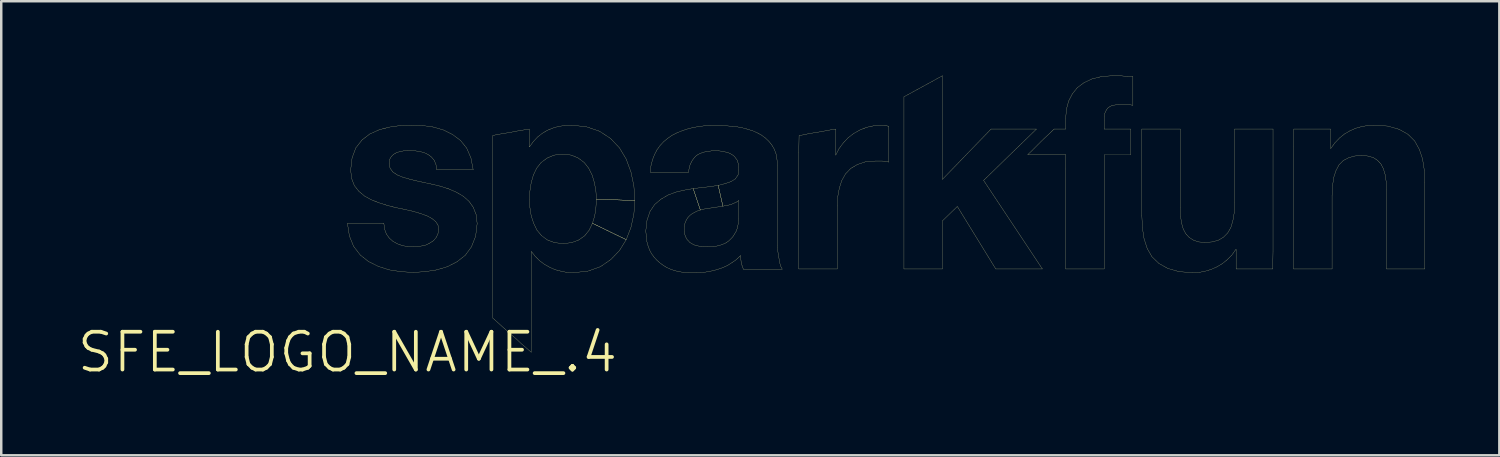
<source format=kicad_pcb>
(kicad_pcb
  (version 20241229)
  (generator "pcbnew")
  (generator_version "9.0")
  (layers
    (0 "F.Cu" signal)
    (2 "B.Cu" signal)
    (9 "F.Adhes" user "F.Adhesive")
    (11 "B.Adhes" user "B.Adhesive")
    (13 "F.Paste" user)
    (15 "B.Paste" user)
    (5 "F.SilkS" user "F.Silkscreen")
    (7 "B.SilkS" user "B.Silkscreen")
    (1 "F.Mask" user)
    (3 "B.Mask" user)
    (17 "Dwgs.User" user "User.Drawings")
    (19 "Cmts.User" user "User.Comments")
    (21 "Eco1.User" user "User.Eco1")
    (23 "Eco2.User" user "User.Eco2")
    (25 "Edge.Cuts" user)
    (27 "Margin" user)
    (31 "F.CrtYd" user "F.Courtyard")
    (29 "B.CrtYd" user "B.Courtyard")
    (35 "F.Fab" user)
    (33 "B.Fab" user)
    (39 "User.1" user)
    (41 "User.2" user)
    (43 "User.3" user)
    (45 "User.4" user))
  (footprint "SFE_LOGO_NAME_.4"
    (layer "F.Cu")
    (at 10.958 11.152)
    (property "Reference" "SFE_LOGO_NAME_.4" (at 0 0 0) (layer "F.SilkS") (effects (font (size 1.524 1.524) (thickness 0.15))))
    (attr exclude_from_pos_files exclude_from_bom)
    (fp_line (start 0 -5.199) (end 1.288 -5.199) (stroke (width 0.008) (type solid)) (layer "F.SilkS"))
    (fp_line (start 0.079 -4.689) (end 0 -5.199) (stroke (width 0.008) (type solid)) (layer "F.SilkS"))
    (fp_line (start 0.13 -7.348) (end 0.188 -7.838) (stroke (width 0.008) (type solid)) (layer "F.SilkS"))
    (fp_line (start 0.168 -7.008) (end 0.13 -7.348) (stroke (width 0.008) (type solid)) (layer "F.SilkS"))
    (fp_line (start 0.188 -7.838) (end 0.338 -8.24) (stroke (width 0.008) (type solid)) (layer "F.SilkS"))
    (fp_line (start 0.249 -4.27) (end 0.079 -4.689) (stroke (width 0.008) (type solid)) (layer "F.SilkS"))
    (fp_line (start 0.279 -6.718) (end 0.168 -7.008) (stroke (width 0.008) (type solid)) (layer "F.SilkS"))
    (fp_line (start 0.338 -8.24) (end 0.589 -8.56) (stroke (width 0.008) (type solid)) (layer "F.SilkS"))
    (fp_line (start 0.46 -6.49) (end 0.279 -6.718) (stroke (width 0.008) (type solid)) (layer "F.SilkS"))
    (fp_line (start 0.518 -3.919) (end 0.249 -4.27) (stroke (width 0.008) (type solid)) (layer "F.SilkS"))
    (fp_line (start 0.589 -8.56) (end 0.899 -8.799) (stroke (width 0.008) (type solid)) (layer "F.SilkS"))
    (fp_line (start 0.688 -6.299) (end 0.46 -6.49) (stroke (width 0.008) (type solid)) (layer "F.SilkS"))
    (fp_line (start 0.848 -3.658) (end 0.518 -3.919) (stroke (width 0.008) (type solid)) (layer "F.SilkS"))
    (fp_line (start 0.899 -8.799) (end 1.278 -8.969) (stroke (width 0.008) (type solid)) (layer "F.SilkS"))
    (fp_line (start 0.958 -6.149) (end 0.688 -6.299) (stroke (width 0.008) (type solid)) (layer "F.SilkS"))
    (fp_line (start 1.25 -3.459) (end 0.848 -3.658) (stroke (width 0.008) (type solid)) (layer "F.SilkS"))
    (fp_line (start 1.26 -6.03) (end 0.958 -6.149) (stroke (width 0.008) (type solid)) (layer "F.SilkS"))
    (fp_line (start 1.278 -8.969) (end 1.689 -9.078) (stroke (width 0.008) (type solid)) (layer "F.SilkS"))
    (fp_line (start 1.288 -5.199) (end 1.468 -5.199) (stroke (width 0.008) (type solid)) (layer "F.SilkS"))
    (fp_line (start 1.468 -5.199) (end 1.499 -4.958) (stroke (width 0.008) (type solid)) (layer "F.SilkS"))
    (fp_line (start 1.499 -4.958) (end 1.57 -4.768) (stroke (width 0.008) (type solid)) (layer "F.SilkS"))
    (fp_line (start 1.57 -4.768) (end 1.689 -4.6) (stroke (width 0.008) (type solid)) (layer "F.SilkS"))
    (fp_line (start 1.58 -5.928) (end 1.26 -6.03) (stroke (width 0.008) (type solid)) (layer "F.SilkS"))
    (fp_line (start 1.679 -7.61) (end 1.72 -7.419) (stroke (width 0.008) (type solid)) (layer "F.SilkS"))
    (fp_line (start 1.689 -9.078) (end 2.129 -9.139) (stroke (width 0.008) (type solid)) (layer "F.SilkS"))
    (fp_line (start 1.689 -4.6) (end 1.839 -4.468) (stroke (width 0.008) (type solid)) (layer "F.SilkS"))
    (fp_line (start 1.689 -3.32) (end 1.25 -3.459) (stroke (width 0.008) (type solid)) (layer "F.SilkS"))
    (fp_line (start 1.699 -7.77) (end 1.679 -7.61) (stroke (width 0.008) (type solid)) (layer "F.SilkS"))
    (fp_line (start 1.72 -7.419) (end 1.829 -7.269) (stroke (width 0.008) (type solid)) (layer "F.SilkS"))
    (fp_line (start 1.768 -7.889) (end 1.699 -7.77) (stroke (width 0.008) (type solid)) (layer "F.SilkS"))
    (fp_line (start 1.829 -7.269) (end 2.009 -7.148) (stroke (width 0.008) (type solid)) (layer "F.SilkS"))
    (fp_line (start 1.839 -4.468) (end 2.019 -4.369) (stroke (width 0.008) (type solid)) (layer "F.SilkS"))
    (fp_line (start 1.859 -7.978) (end 1.768 -7.889) (stroke (width 0.008) (type solid)) (layer "F.SilkS"))
    (fp_line (start 1.918 -5.839) (end 1.58 -5.928) (stroke (width 0.008) (type solid)) (layer "F.SilkS"))
    (fp_line (start 1.979 -8.049) (end 1.859 -7.978) (stroke (width 0.008) (type solid)) (layer "F.SilkS"))
    (fp_line (start 2.009 -7.148) (end 2.228 -7.059) (stroke (width 0.008) (type solid)) (layer "F.SilkS"))
    (fp_line (start 2.019 -4.369) (end 2.22 -4.298) (stroke (width 0.008) (type solid)) (layer "F.SilkS"))
    (fp_line (start 2.118 -8.09) (end 1.979 -8.049) (stroke (width 0.008) (type solid)) (layer "F.SilkS"))
    (fp_line (start 2.129 -9.139) (end 2.588 -9.159) (stroke (width 0.008) (type solid)) (layer "F.SilkS"))
    (fp_line (start 2.159 -3.249) (end 1.689 -3.32) (stroke (width 0.008) (type solid)) (layer "F.SilkS"))
    (fp_line (start 2.22 -4.298) (end 2.438 -4.26) (stroke (width 0.008) (type solid)) (layer "F.SilkS"))
    (fp_line (start 2.228 -7.059) (end 2.499 -6.98) (stroke (width 0.008) (type solid)) (layer "F.SilkS"))
    (fp_line (start 2.258 -8.118) (end 2.118 -8.09) (stroke (width 0.008) (type solid)) (layer "F.SilkS"))
    (fp_line (start 2.309 -5.758) (end 1.918 -5.839) (stroke (width 0.008) (type solid)) (layer "F.SilkS"))
    (fp_line (start 2.408 -8.128) (end 2.258 -8.118) (stroke (width 0.008) (type solid)) (layer "F.SilkS"))
    (fp_line (start 2.438 -4.26) (end 2.659 -4.249) (stroke (width 0.008) (type solid)) (layer "F.SilkS"))
    (fp_line (start 2.499 -6.98) (end 2.789 -6.909) (stroke (width 0.008) (type solid)) (layer "F.SilkS"))
    (fp_line (start 2.54 -8.128) (end 2.408 -8.128) (stroke (width 0.008) (type solid)) (layer "F.SilkS"))
    (fp_line (start 2.588 -9.159) (end 3.038 -9.139) (stroke (width 0.008) (type solid)) (layer "F.SilkS"))
    (fp_line (start 2.649 -3.218) (end 2.159 -3.249) (stroke (width 0.008) (type solid)) (layer "F.SilkS"))
    (fp_line (start 2.659 -5.679) (end 2.309 -5.758) (stroke (width 0.008) (type solid)) (layer "F.SilkS"))
    (fp_line (start 2.659 -4.249) (end 2.83 -4.26) (stroke (width 0.008) (type solid)) (layer "F.SilkS"))
    (fp_line (start 2.748 -8.118) (end 2.54 -8.128) (stroke (width 0.008) (type solid)) (layer "F.SilkS"))
    (fp_line (start 2.789 -6.909) (end 3.109 -6.838) (stroke (width 0.008) (type solid)) (layer "F.SilkS"))
    (fp_line (start 2.83 -4.26) (end 3.01 -4.288) (stroke (width 0.008) (type solid)) (layer "F.SilkS"))
    (fp_line (start 2.939 -8.09) (end 2.748 -8.118) (stroke (width 0.008) (type solid)) (layer "F.SilkS"))
    (fp_line (start 2.959 -5.588) (end 2.659 -5.679) (stroke (width 0.008) (type solid)) (layer "F.SilkS"))
    (fp_line (start 3.01 -4.288) (end 3.178 -4.328) (stroke (width 0.008) (type solid)) (layer "F.SilkS"))
    (fp_line (start 3.038 -9.139) (end 3.47 -9.078) (stroke (width 0.008) (type solid)) (layer "F.SilkS"))
    (fp_line (start 3.109 -8.039) (end 2.939 -8.09) (stroke (width 0.008) (type solid)) (layer "F.SilkS"))
    (fp_line (start 3.109 -6.838) (end 3.439 -6.769) (stroke (width 0.008) (type solid)) (layer "F.SilkS"))
    (fp_line (start 3.129 -3.249) (end 2.649 -3.218) (stroke (width 0.008) (type solid)) (layer "F.SilkS"))
    (fp_line (start 3.178 -4.328) (end 3.33 -4.409) (stroke (width 0.008) (type solid)) (layer "F.SilkS"))
    (fp_line (start 3.208 -5.499) (end 2.959 -5.588) (stroke (width 0.008) (type solid)) (layer "F.SilkS"))
    (fp_line (start 3.259 -7.968) (end 3.109 -8.039) (stroke (width 0.008) (type solid)) (layer "F.SilkS"))
    (fp_line (start 3.33 -4.409) (end 3.47 -4.498) (stroke (width 0.008) (type solid)) (layer "F.SilkS"))
    (fp_line (start 3.388 -7.869) (end 3.259 -7.968) (stroke (width 0.008) (type solid)) (layer "F.SilkS"))
    (fp_line (start 3.409 -5.39) (end 3.208 -5.499) (stroke (width 0.008) (type solid)) (layer "F.SilkS"))
    (fp_line (start 3.439 -6.769) (end 3.769 -6.688) (stroke (width 0.008) (type solid)) (layer "F.SilkS"))
    (fp_line (start 3.47 -9.078) (end 3.879 -8.959) (stroke (width 0.008) (type solid)) (layer "F.SilkS"))
    (fp_line (start 3.47 -4.498) (end 3.579 -4.628) (stroke (width 0.008) (type solid)) (layer "F.SilkS"))
    (fp_line (start 3.498 -7.739) (end 3.388 -7.869) (stroke (width 0.008) (type solid)) (layer "F.SilkS"))
    (fp_line (start 3.559 -5.268) (end 3.409 -5.39) (stroke (width 0.008) (type solid)) (layer "F.SilkS"))
    (fp_line (start 3.569 -7.569) (end 3.498 -7.739) (stroke (width 0.008) (type solid)) (layer "F.SilkS"))
    (fp_line (start 3.579 -4.628) (end 3.65 -4.778) (stroke (width 0.008) (type solid)) (layer "F.SilkS"))
    (fp_line (start 3.589 -3.32) (end 3.129 -3.249) (stroke (width 0.008) (type solid)) (layer "F.SilkS"))
    (fp_line (start 3.599 -7.358) (end 3.569 -7.569) (stroke (width 0.008) (type solid)) (layer "F.SilkS"))
    (fp_line (start 3.65 -5.128) (end 3.559 -5.268) (stroke (width 0.008) (type solid)) (layer "F.SilkS"))
    (fp_line (start 3.65 -4.778) (end 3.678 -4.968) (stroke (width 0.008) (type solid)) (layer "F.SilkS"))
    (fp_line (start 3.678 -4.968) (end 3.65 -5.128) (stroke (width 0.008) (type solid)) (layer "F.SilkS"))
    (fp_line (start 3.769 -6.688) (end 4.1 -6.579) (stroke (width 0.008) (type solid)) (layer "F.SilkS"))
    (fp_line (start 3.879 -8.959) (end 4.239 -8.778) (stroke (width 0.008) (type solid)) (layer "F.SilkS"))
    (fp_line (start 4.028 -3.449) (end 3.589 -3.32) (stroke (width 0.008) (type solid)) (layer "F.SilkS"))
    (fp_line (start 4.1 -6.579) (end 4.399 -6.449) (stroke (width 0.008) (type solid)) (layer "F.SilkS"))
    (fp_line (start 4.239 -8.778) (end 4.559 -8.539) (stroke (width 0.008) (type solid)) (layer "F.SilkS"))
    (fp_line (start 4.399 -6.449) (end 4.669 -6.289) (stroke (width 0.008) (type solid)) (layer "F.SilkS"))
    (fp_line (start 4.42 -3.65) (end 4.028 -3.449) (stroke (width 0.008) (type solid)) (layer "F.SilkS"))
    (fp_line (start 4.559 -8.539) (end 4.808 -8.23) (stroke (width 0.008) (type solid)) (layer "F.SilkS"))
    (fp_line (start 4.669 -6.289) (end 4.9 -6.088) (stroke (width 0.008) (type solid)) (layer "F.SilkS"))
    (fp_line (start 4.75 -3.909) (end 4.42 -3.65) (stroke (width 0.008) (type solid)) (layer "F.SilkS"))
    (fp_line (start 4.808 -8.23) (end 4.978 -7.838) (stroke (width 0.008) (type solid)) (layer "F.SilkS"))
    (fp_line (start 4.9 -6.088) (end 5.07 -5.85) (stroke (width 0.008) (type solid)) (layer "F.SilkS"))
    (fp_line (start 4.978 -7.838) (end 5.07 -7.358) (stroke (width 0.008) (type solid)) (layer "F.SilkS"))
    (fp_line (start 4.999 -4.249) (end 4.75 -3.909) (stroke (width 0.008) (type solid)) (layer "F.SilkS"))
    (fp_line (start 5.07 -7.358) (end 3.599 -7.358) (stroke (width 0.008) (type solid)) (layer "F.SilkS"))
    (fp_line (start 5.07 -5.85) (end 5.189 -5.55) (stroke (width 0.008) (type solid)) (layer "F.SilkS"))
    (fp_line (start 5.169 -4.679) (end 4.999 -4.249) (stroke (width 0.008) (type solid)) (layer "F.SilkS"))
    (fp_line (start 5.189 -5.55) (end 5.23 -5.189) (stroke (width 0.008) (type solid)) (layer "F.SilkS"))
    (fp_line (start 5.23 -5.189) (end 5.169 -4.679) (stroke (width 0.008) (type solid)) (layer "F.SilkS"))
    (fp_line (start 5.86 -8.738) (end 6.038 -8.778) (stroke (width 0.008) (type solid)) (layer "F.SilkS"))
    (fp_line (start 5.86 -1.379) (end 5.86 -8.738) (stroke (width 0.008) (type solid)) (layer "F.SilkS"))
    (fp_line (start 6.038 -8.778) (end 6.228 -8.809) (stroke (width 0.008) (type solid)) (layer "F.SilkS"))
    (fp_line (start 6.048 -1.209) (end 5.86 -1.379) (stroke (width 0.008) (type solid)) (layer "F.SilkS"))
    (fp_line (start 6.228 -8.809) (end 6.408 -8.839) (stroke (width 0.008) (type solid)) (layer "F.SilkS"))
    (fp_line (start 6.248 -1.029) (end 6.048 -1.209) (stroke (width 0.008) (type solid)) (layer "F.SilkS"))
    (fp_line (start 6.408 -8.839) (end 6.599 -8.87) (stroke (width 0.008) (type solid)) (layer "F.SilkS"))
    (fp_line (start 6.439 -0.859) (end 6.248 -1.029) (stroke (width 0.008) (type solid)) (layer "F.SilkS"))
    (fp_line (start 6.599 -8.87) (end 6.779 -8.908) (stroke (width 0.008) (type solid)) (layer "F.SilkS"))
    (fp_line (start 6.629 -0.688) (end 6.439 -0.859) (stroke (width 0.008) (type solid)) (layer "F.SilkS"))
    (fp_line (start 6.779 -8.908) (end 6.96 -8.938) (stroke (width 0.008) (type solid)) (layer "F.SilkS"))
    (fp_line (start 6.828 -0.518) (end 6.629 -0.688) (stroke (width 0.008) (type solid)) (layer "F.SilkS"))
    (fp_line (start 6.96 -8.938) (end 7.148 -8.969) (stroke (width 0.008) (type solid)) (layer "F.SilkS"))
    (fp_line (start 7.018 -0.338) (end 6.828 -0.518) (stroke (width 0.008) (type solid)) (layer "F.SilkS"))
    (fp_line (start 7.148 -8.969) (end 7.328 -8.999) (stroke (width 0.008) (type solid)) (layer "F.SilkS"))
    (fp_line (start 7.219 -0.168) (end 7.018 -0.338) (stroke (width 0.008) (type solid)) (layer "F.SilkS"))
    (fp_line (start 7.328 -8.999) (end 7.328 -8.278) (stroke (width 0.008) (type solid)) (layer "F.SilkS"))
    (fp_line (start 7.328 -8.278) (end 7.338 -8.278) (stroke (width 0.008) (type solid)) (layer "F.SilkS"))
    (fp_line (start 7.338 -8.278) (end 7.498 -8.499) (stroke (width 0.008) (type solid)) (layer "F.SilkS"))
    (fp_line (start 7.338 -6.17) (end 7.358 -5.829) (stroke (width 0.008) (type solid)) (layer "F.SilkS"))
    (fp_line (start 7.358 -6.507) (end 7.338 -6.17) (stroke (width 0.008) (type solid)) (layer "F.SilkS"))
    (fp_line (start 7.358 -5.829) (end 7.409 -5.499) (stroke (width 0.008) (type solid)) (layer "F.SilkS"))
    (fp_line (start 7.409 -6.838) (end 7.358 -6.507) (stroke (width 0.008) (type solid)) (layer "F.SilkS"))
    (fp_line (start 7.409 -5.499) (end 7.508 -5.199) (stroke (width 0.008) (type solid)) (layer "F.SilkS"))
    (fp_line (start 7.409 -4.059) (end 7.409 0) (stroke (width 0.008) (type solid)) (layer "F.SilkS"))
    (fp_line (start 7.409 0) (end 7.219 -0.168) (stroke (width 0.008) (type solid)) (layer "F.SilkS"))
    (fp_line (start 7.419 -4.059) (end 7.409 -4.059) (stroke (width 0.008) (type solid)) (layer "F.SilkS"))
    (fp_line (start 7.498 -8.499) (end 7.668 -8.679) (stroke (width 0.008) (type solid)) (layer "F.SilkS"))
    (fp_line (start 7.498 -7.148) (end 7.409 -6.838) (stroke (width 0.008) (type solid)) (layer "F.SilkS"))
    (fp_line (start 7.508 -5.199) (end 7.638 -4.928) (stroke (width 0.008) (type solid)) (layer "F.SilkS"))
    (fp_line (start 7.569 -3.868) (end 7.419 -4.059) (stroke (width 0.008) (type solid)) (layer "F.SilkS"))
    (fp_line (start 7.628 -7.419) (end 7.498 -7.148) (stroke (width 0.008) (type solid)) (layer "F.SilkS"))
    (fp_line (start 7.638 -4.928) (end 7.828 -4.699) (stroke (width 0.008) (type solid)) (layer "F.SilkS"))
    (fp_line (start 7.668 -8.679) (end 7.859 -8.829) (stroke (width 0.008) (type solid)) (layer "F.SilkS"))
    (fp_line (start 7.75 -3.688) (end 7.569 -3.868) (stroke (width 0.008) (type solid)) (layer "F.SilkS"))
    (fp_line (start 7.808 -7.648) (end 7.628 -7.419) (stroke (width 0.008) (type solid)) (layer "F.SilkS"))
    (fp_line (start 7.828 -4.699) (end 8.059 -4.529) (stroke (width 0.008) (type solid)) (layer "F.SilkS"))
    (fp_line (start 7.859 -8.829) (end 8.059 -8.948) (stroke (width 0.008) (type solid)) (layer "F.SilkS"))
    (fp_line (start 7.938 -3.548) (end 7.75 -3.688) (stroke (width 0.008) (type solid)) (layer "F.SilkS"))
    (fp_line (start 8.049 -7.828) (end 7.808 -7.648) (stroke (width 0.008) (type solid)) (layer "F.SilkS"))
    (fp_line (start 8.059 -8.948) (end 8.288 -9.04) (stroke (width 0.008) (type solid)) (layer "F.SilkS"))
    (fp_line (start 8.059 -4.529) (end 8.349 -4.42) (stroke (width 0.008) (type solid)) (layer "F.SilkS"))
    (fp_line (start 8.148 -3.429) (end 7.938 -3.548) (stroke (width 0.008) (type solid)) (layer "F.SilkS"))
    (fp_line (start 8.288 -9.04) (end 8.519 -9.108) (stroke (width 0.008) (type solid)) (layer "F.SilkS"))
    (fp_line (start 8.329 -7.948) (end 8.049 -7.828) (stroke (width 0.008) (type solid)) (layer "F.SilkS"))
    (fp_line (start 8.349 -4.42) (end 8.7 -4.379) (stroke (width 0.008) (type solid)) (layer "F.SilkS"))
    (fp_line (start 8.369 -3.33) (end 8.148 -3.429) (stroke (width 0.008) (type solid)) (layer "F.SilkS"))
    (fp_line (start 8.519 -9.108) (end 8.768 -9.139) (stroke (width 0.008) (type solid)) (layer "F.SilkS"))
    (fp_line (start 8.608 -3.269) (end 8.369 -3.33) (stroke (width 0.008) (type solid)) (layer "F.SilkS"))
    (fp_line (start 8.679 -7.988) (end 8.329 -7.948) (stroke (width 0.008) (type solid)) (layer "F.SilkS"))
    (fp_line (start 8.7 -4.379) (end 9.04 -4.42) (stroke (width 0.008) (type solid)) (layer "F.SilkS"))
    (fp_line (start 8.768 -9.139) (end 9.02 -9.159) (stroke (width 0.008) (type solid)) (layer "F.SilkS"))
    (fp_line (start 8.849 -3.218) (end 8.608 -3.269) (stroke (width 0.008) (type solid)) (layer "F.SilkS"))
    (fp_line (start 9.02 -9.159) (end 9.639 -9.088) (stroke (width 0.008) (type solid)) (layer "F.SilkS"))
    (fp_line (start 9.03 -7.948) (end 8.679 -7.988) (stroke (width 0.008) (type solid)) (layer "F.SilkS"))
    (fp_line (start 9.04 -4.42) (end 9.329 -4.529) (stroke (width 0.008) (type solid)) (layer "F.SilkS"))
    (fp_line (start 9.108 -3.208) (end 8.849 -3.218) (stroke (width 0.008) (type solid)) (layer "F.SilkS"))
    (fp_line (start 9.309 -7.828) (end 9.03 -7.948) (stroke (width 0.008) (type solid)) (layer "F.SilkS"))
    (fp_line (start 9.329 -4.529) (end 9.568 -4.699) (stroke (width 0.008) (type solid)) (layer "F.SilkS"))
    (fp_line (start 9.548 -7.648) (end 9.309 -7.828) (stroke (width 0.008) (type solid)) (layer "F.SilkS"))
    (fp_line (start 9.568 -4.699) (end 9.749 -4.928) (stroke (width 0.008) (type solid)) (layer "F.SilkS"))
    (fp_line (start 9.639 -9.088) (end 10.168 -8.908) (stroke (width 0.008) (type solid)) (layer "F.SilkS"))
    (fp_line (start 9.688 -3.269) (end 9.108 -3.208) (stroke (width 0.008) (type solid)) (layer "F.SilkS"))
    (fp_line (start 9.728 -7.419) (end 9.548 -7.648) (stroke (width 0.008) (type solid)) (layer "F.SilkS"))
    (fp_line (start 9.749 -4.928) (end 9.878 -5.199) (stroke (width 0.008) (type solid)) (layer "F.SilkS"))
    (fp_line (start 9.868 -7.14) (end 9.728 -7.419) (stroke (width 0.008) (type solid)) (layer "F.SilkS"))
    (fp_line (start 9.878 -5.199) (end 9.97 -5.499) (stroke (width 0.008) (type solid)) (layer "F.SilkS"))
    (fp_line (start 9.878 -5.199) (end 11.239 -4.539) (stroke (width 0.008) (type solid)) (layer "F.SilkS"))
    (fp_line (start 9.959 -6.828) (end 9.868 -7.14) (stroke (width 0.008) (type solid)) (layer "F.SilkS"))
    (fp_line (start 9.97 -5.499) (end 10.018 -5.829) (stroke (width 0.008) (type solid)) (layer "F.SilkS"))
    (fp_line (start 10.018 -6.5) (end 9.959 -6.828) (stroke (width 0.008) (type solid)) (layer "F.SilkS"))
    (fp_line (start 10.018 -5.829) (end 10.038 -6.17) (stroke (width 0.008) (type solid)) (layer "F.SilkS"))
    (fp_line (start 10.038 -6.17) (end 10.018 -6.5) (stroke (width 0.008) (type solid)) (layer "F.SilkS"))
    (fp_line (start 10.038 -6.17) (end 11.587 -6.119) (stroke (width 0.008) (type solid)) (layer "F.SilkS"))
    (fp_line (start 10.168 -8.908) (end 10.61 -8.618) (stroke (width 0.008) (type solid)) (layer "F.SilkS"))
    (fp_line (start 10.198 -3.449) (end 9.688 -3.269) (stroke (width 0.008) (type solid)) (layer "F.SilkS"))
    (fp_line (start 10.61 -8.618) (end 10.968 -8.24) (stroke (width 0.008) (type solid)) (layer "F.SilkS"))
    (fp_line (start 10.62 -3.739) (end 10.198 -3.449) (stroke (width 0.008) (type solid)) (layer "F.SilkS"))
    (fp_line (start 10.968 -8.24) (end 11.239 -7.788) (stroke (width 0.008) (type solid)) (layer "F.SilkS"))
    (fp_line (start 10.968 -4.1) (end 10.62 -3.739) (stroke (width 0.008) (type solid)) (layer "F.SilkS"))
    (fp_line (start 11.239 -7.788) (end 11.43 -7.269) (stroke (width 0.008) (type solid)) (layer "F.SilkS"))
    (fp_line (start 11.239 -4.539) (end 9.878 -5.199) (stroke (width 0.008) (type solid)) (layer "F.SilkS"))
    (fp_line (start 11.239 -4.539) (end 10.968 -4.1) (stroke (width 0.008) (type solid)) (layer "F.SilkS"))
    (fp_line (start 11.43 -7.269) (end 11.549 -6.708) (stroke (width 0.008) (type solid)) (layer "F.SilkS"))
    (fp_line (start 11.43 -5.029) (end 11.239 -4.539) (stroke (width 0.008) (type solid)) (layer "F.SilkS"))
    (fp_line (start 11.549 -6.708) (end 11.587 -6.119) (stroke (width 0.008) (type solid)) (layer "F.SilkS"))
    (fp_line (start 11.549 -5.568) (end 11.43 -5.029) (stroke (width 0.008) (type solid)) (layer "F.SilkS"))
    (fp_line (start 11.587 -6.119) (end 10.038 -6.17) (stroke (width 0.008) (type solid)) (layer "F.SilkS"))
    (fp_line (start 11.587 -6.119) (end 11.549 -5.568) (stroke (width 0.008) (type solid)) (layer "F.SilkS"))
    (fp_line (start 12.029 -4.889) (end 12.078 -5.319) (stroke (width 0.008) (type solid)) (layer "F.SilkS"))
    (fp_line (start 12.05 -4.679) (end 12.029 -4.889) (stroke (width 0.008) (type solid)) (layer "F.SilkS"))
    (fp_line (start 12.068 -4.478) (end 12.05 -4.679) (stroke (width 0.008) (type solid)) (layer "F.SilkS"))
    (fp_line (start 12.078 -5.319) (end 12.2 -5.679) (stroke (width 0.008) (type solid)) (layer "F.SilkS"))
    (fp_line (start 12.118 -4.298) (end 12.068 -4.478) (stroke (width 0.008) (type solid)) (layer "F.SilkS"))
    (fp_line (start 12.179 -4.128) (end 12.118 -4.298) (stroke (width 0.008) (type solid)) (layer "F.SilkS"))
    (fp_line (start 12.2 -5.679) (end 12.388 -5.959) (stroke (width 0.008) (type solid)) (layer "F.SilkS"))
    (fp_line (start 12.21 -7.259) (end 12.238 -7.518) (stroke (width 0.008) (type solid)) (layer "F.SilkS"))
    (fp_line (start 12.238 -7.518) (end 12.299 -7.76) (stroke (width 0.008) (type solid)) (layer "F.SilkS"))
    (fp_line (start 12.258 -3.978) (end 12.179 -4.128) (stroke (width 0.008) (type solid)) (layer "F.SilkS"))
    (fp_line (start 12.299 -7.76) (end 12.38 -7.968) (stroke (width 0.008) (type solid)) (layer "F.SilkS"))
    (fp_line (start 12.36 -3.838) (end 12.258 -3.978) (stroke (width 0.008) (type solid)) (layer "F.SilkS"))
    (fp_line (start 12.38 -7.968) (end 12.479 -8.158) (stroke (width 0.008) (type solid)) (layer "F.SilkS"))
    (fp_line (start 12.388 -5.959) (end 12.639 -6.17) (stroke (width 0.008) (type solid)) (layer "F.SilkS"))
    (fp_line (start 12.469 -3.719) (end 12.36 -3.838) (stroke (width 0.008) (type solid)) (layer "F.SilkS"))
    (fp_line (start 12.479 -8.158) (end 12.609 -8.339) (stroke (width 0.008) (type solid)) (layer "F.SilkS"))
    (fp_line (start 12.588 -3.609) (end 12.469 -3.719) (stroke (width 0.008) (type solid)) (layer "F.SilkS"))
    (fp_line (start 12.609 -8.339) (end 12.748 -8.489) (stroke (width 0.008) (type solid)) (layer "F.SilkS"))
    (fp_line (start 12.639 -6.17) (end 12.929 -6.34) (stroke (width 0.008) (type solid)) (layer "F.SilkS"))
    (fp_line (start 12.728 -3.508) (end 12.588 -3.609) (stroke (width 0.008) (type solid)) (layer "F.SilkS"))
    (fp_line (start 12.748 -8.489) (end 12.918 -8.628) (stroke (width 0.008) (type solid)) (layer "F.SilkS"))
    (fp_line (start 12.868 -3.419) (end 12.728 -3.508) (stroke (width 0.008) (type solid)) (layer "F.SilkS"))
    (fp_line (start 12.918 -8.628) (end 13.089 -8.748) (stroke (width 0.008) (type solid)) (layer "F.SilkS"))
    (fp_line (start 12.929 -6.34) (end 13.249 -6.459) (stroke (width 0.008) (type solid)) (layer "F.SilkS"))
    (fp_line (start 13.028 -3.348) (end 12.868 -3.419) (stroke (width 0.008) (type solid)) (layer "F.SilkS"))
    (fp_line (start 13.089 -8.748) (end 13.289 -8.849) (stroke (width 0.008) (type solid)) (layer "F.SilkS"))
    (fp_line (start 13.198 -3.289) (end 13.028 -3.348) (stroke (width 0.008) (type solid)) (layer "F.SilkS"))
    (fp_line (start 13.249 -6.459) (end 13.589 -6.538) (stroke (width 0.008) (type solid)) (layer "F.SilkS"))
    (fp_line (start 13.289 -8.849) (end 13.49 -8.928) (stroke (width 0.008) (type solid)) (layer "F.SilkS"))
    (fp_line (start 13.378 -3.249) (end 13.198 -3.289) (stroke (width 0.008) (type solid)) (layer "F.SilkS"))
    (fp_line (start 13.49 -8.928) (end 13.698 -8.999) (stroke (width 0.008) (type solid)) (layer "F.SilkS"))
    (fp_line (start 13.559 -3.218) (end 13.378 -3.249) (stroke (width 0.008) (type solid)) (layer "F.SilkS"))
    (fp_line (start 13.579 -5.06) (end 13.579 -4.859) (stroke (width 0.008) (type solid)) (layer "F.SilkS"))
    (fp_line (start 13.579 -4.859) (end 13.599 -4.768) (stroke (width 0.008) (type solid)) (layer "F.SilkS"))
    (fp_line (start 13.589 -6.538) (end 13.94 -6.599) (stroke (width 0.008) (type solid)) (layer "F.SilkS"))
    (fp_line (start 13.599 -5.159) (end 13.579 -5.06) (stroke (width 0.008) (type solid)) (layer "F.SilkS"))
    (fp_line (start 13.599 -4.768) (end 13.619 -4.689) (stroke (width 0.008) (type solid)) (layer "F.SilkS"))
    (fp_line (start 13.619 -5.237) (end 13.599 -5.159) (stroke (width 0.008) (type solid)) (layer "F.SilkS"))
    (fp_line (start 13.619 -4.689) (end 13.658 -4.608) (stroke (width 0.008) (type solid)) (layer "F.SilkS"))
    (fp_line (start 13.658 -5.319) (end 13.619 -5.237) (stroke (width 0.008) (type solid)) (layer "F.SilkS"))
    (fp_line (start 13.658 -4.608) (end 13.698 -4.539) (stroke (width 0.008) (type solid)) (layer "F.SilkS"))
    (fp_line (start 13.698 -8.999) (end 13.929 -9.058) (stroke (width 0.008) (type solid)) (layer "F.SilkS"))
    (fp_line (start 13.698 -5.39) (end 13.658 -5.319) (stroke (width 0.008) (type solid)) (layer "F.SilkS"))
    (fp_line (start 13.698 -4.539) (end 13.749 -4.488) (stroke (width 0.008) (type solid)) (layer "F.SilkS"))
    (fp_line (start 13.739 -5.448) (end 13.698 -5.39) (stroke (width 0.008) (type solid)) (layer "F.SilkS"))
    (fp_line (start 13.749 -4.488) (end 13.8 -4.43) (stroke (width 0.008) (type solid)) (layer "F.SilkS"))
    (fp_line (start 13.759 -7.259) (end 12.21 -7.259) (stroke (width 0.008) (type solid)) (layer "F.SilkS"))
    (fp_line (start 13.759 -3.198) (end 13.559 -3.218) (stroke (width 0.008) (type solid)) (layer "F.SilkS"))
    (fp_line (start 13.769 -7.369) (end 13.759 -7.259) (stroke (width 0.008) (type solid)) (layer "F.SilkS"))
    (fp_line (start 13.79 -7.468) (end 13.769 -7.369) (stroke (width 0.008) (type solid)) (layer "F.SilkS"))
    (fp_line (start 13.8 -5.509) (end 13.739 -5.448) (stroke (width 0.008) (type solid)) (layer "F.SilkS"))
    (fp_line (start 13.8 -4.43) (end 13.868 -4.389) (stroke (width 0.008) (type solid)) (layer "F.SilkS"))
    (fp_line (start 13.818 -7.569) (end 13.79 -7.468) (stroke (width 0.008) (type solid)) (layer "F.SilkS"))
    (fp_line (start 13.858 -7.648) (end 13.818 -7.569) (stroke (width 0.008) (type solid)) (layer "F.SilkS"))
    (fp_line (start 13.858 -5.558) (end 13.8 -5.509) (stroke (width 0.008) (type solid)) (layer "F.SilkS"))
    (fp_line (start 13.868 -4.389) (end 13.94 -4.348) (stroke (width 0.008) (type solid)) (layer "F.SilkS"))
    (fp_line (start 13.899 -7.729) (end 13.858 -7.648) (stroke (width 0.008) (type solid)) (layer "F.SilkS"))
    (fp_line (start 13.919 -5.598) (end 13.858 -5.558) (stroke (width 0.008) (type solid)) (layer "F.SilkS"))
    (fp_line (start 13.929 -9.058) (end 14.148 -9.098) (stroke (width 0.008) (type solid)) (layer "F.SilkS"))
    (fp_line (start 13.94 -6.599) (end 14.229 -5.728) (stroke (width 0.008) (type solid)) (layer "F.SilkS"))
    (fp_line (start 13.94 -6.599) (end 14.287 -6.64) (stroke (width 0.008) (type solid)) (layer "F.SilkS"))
    (fp_line (start 13.94 -4.348) (end 14.008 -4.318) (stroke (width 0.008) (type solid)) (layer "F.SilkS"))
    (fp_line (start 13.95 -7.798) (end 13.899 -7.729) (stroke (width 0.008) (type solid)) (layer "F.SilkS"))
    (fp_line (start 13.998 -7.859) (end 13.95 -7.798) (stroke (width 0.008) (type solid)) (layer "F.SilkS"))
    (fp_line (start 13.998 -5.639) (end 13.919 -5.598) (stroke (width 0.008) (type solid)) (layer "F.SilkS"))
    (fp_line (start 14.008 -4.318) (end 14.089 -4.298) (stroke (width 0.008) (type solid)) (layer "F.SilkS"))
    (fp_line (start 14.059 -7.92) (end 13.998 -7.859) (stroke (width 0.008) (type solid)) (layer "F.SilkS"))
    (fp_line (start 14.069 -5.679) (end 13.998 -5.639) (stroke (width 0.008) (type solid)) (layer "F.SilkS"))
    (fp_line (start 14.089 -4.298) (end 14.168 -4.28) (stroke (width 0.008) (type solid)) (layer "F.SilkS"))
    (fp_line (start 14.089 -3.198) (end 13.759 -3.198) (stroke (width 0.008) (type solid)) (layer "F.SilkS"))
    (fp_line (start 14.127 -7.968) (end 14.059 -7.92) (stroke (width 0.008) (type solid)) (layer "F.SilkS"))
    (fp_line (start 14.148 -9.098) (end 14.389 -9.129) (stroke (width 0.008) (type solid)) (layer "F.SilkS"))
    (fp_line (start 14.148 -5.71) (end 14.069 -5.679) (stroke (width 0.008) (type solid)) (layer "F.SilkS"))
    (fp_line (start 14.168 -4.28) (end 14.26 -4.26) (stroke (width 0.008) (type solid)) (layer "F.SilkS"))
    (fp_line (start 14.209 -8.009) (end 14.127 -7.968) (stroke (width 0.008) (type solid)) (layer "F.SilkS"))
    (fp_line (start 14.219 -3.208) (end 14.089 -3.198) (stroke (width 0.008) (type solid)) (layer "F.SilkS"))
    (fp_line (start 14.229 -5.738) (end 13.94 -6.599) (stroke (width 0.008) (type solid)) (layer "F.SilkS"))
    (fp_line (start 14.229 -5.728) (end 14.148 -5.71) (stroke (width 0.008) (type solid)) (layer "F.SilkS"))
    (fp_line (start 14.26 -4.26) (end 14.348 -4.249) (stroke (width 0.008) (type solid)) (layer "F.SilkS"))
    (fp_line (start 14.287 -8.039) (end 14.209 -8.009) (stroke (width 0.008) (type solid)) (layer "F.SilkS"))
    (fp_line (start 14.287 -6.64) (end 14.628 -6.678) (stroke (width 0.008) (type solid)) (layer "F.SilkS"))
    (fp_line (start 14.318 -5.758) (end 14.229 -5.738) (stroke (width 0.008) (type solid)) (layer "F.SilkS"))
    (fp_line (start 14.348 -4.249) (end 14.529 -4.249) (stroke (width 0.008) (type solid)) (layer "F.SilkS"))
    (fp_line (start 14.348 -3.218) (end 14.219 -3.208) (stroke (width 0.008) (type solid)) (layer "F.SilkS"))
    (fp_line (start 14.379 -8.07) (end 14.287 -8.039) (stroke (width 0.008) (type solid)) (layer "F.SilkS"))
    (fp_line (start 14.389 -9.129) (end 14.618 -9.139) (stroke (width 0.008) (type solid)) (layer "F.SilkS"))
    (fp_line (start 14.409 -5.779) (end 14.318 -5.758) (stroke (width 0.008) (type solid)) (layer "F.SilkS"))
    (fp_line (start 14.468 -8.09) (end 14.379 -8.07) (stroke (width 0.008) (type solid)) (layer "F.SilkS"))
    (fp_line (start 14.478 -3.239) (end 14.348 -3.218) (stroke (width 0.008) (type solid)) (layer "F.SilkS"))
    (fp_line (start 14.498 -5.789) (end 14.409 -5.779) (stroke (width 0.008) (type solid)) (layer "F.SilkS"))
    (fp_line (start 14.529 -4.249) (end 14.74 -4.26) (stroke (width 0.008) (type solid)) (layer "F.SilkS"))
    (fp_line (start 14.569 -8.098) (end 14.468 -8.09) (stroke (width 0.008) (type solid)) (layer "F.SilkS"))
    (fp_line (start 14.59 -5.809) (end 14.498 -5.789) (stroke (width 0.008) (type solid)) (layer "F.SilkS"))
    (fp_line (start 14.608 -3.259) (end 14.478 -3.239) (stroke (width 0.008) (type solid)) (layer "F.SilkS"))
    (fp_line (start 14.618 -9.139) (end 15.07 -9.139) (stroke (width 0.008) (type solid)) (layer "F.SilkS"))
    (fp_line (start 14.628 -6.678) (end 14.948 -6.728) (stroke (width 0.008) (type solid)) (layer "F.SilkS"))
    (fp_line (start 14.668 -8.118) (end 14.569 -8.098) (stroke (width 0.008) (type solid)) (layer "F.SilkS"))
    (fp_line (start 14.679 -5.819) (end 14.59 -5.809) (stroke (width 0.008) (type solid)) (layer "F.SilkS"))
    (fp_line (start 14.729 -3.289) (end 14.608 -3.259) (stroke (width 0.008) (type solid)) (layer "F.SilkS"))
    (fp_line (start 14.74 -4.26) (end 14.928 -4.288) (stroke (width 0.008) (type solid)) (layer "F.SilkS"))
    (fp_line (start 14.768 -5.839) (end 14.679 -5.819) (stroke (width 0.008) (type solid)) (layer "F.SilkS"))
    (fp_line (start 14.859 -5.85) (end 14.768 -5.839) (stroke (width 0.008) (type solid)) (layer "F.SilkS"))
    (fp_line (start 14.859 -3.32) (end 14.729 -3.289) (stroke (width 0.008) (type solid)) (layer "F.SilkS"))
    (fp_line (start 14.928 -4.288) (end 15.098 -4.338) (stroke (width 0.008) (type solid)) (layer "F.SilkS"))
    (fp_line (start 14.948 -6.728) (end 15.138 -5.888) (stroke (width 0.008) (type solid)) (layer "F.SilkS"))
    (fp_line (start 14.948 -6.728) (end 15.23 -6.8) (stroke (width 0.008) (type solid)) (layer "F.SilkS"))
    (fp_line (start 14.958 -5.86) (end 14.859 -5.85) (stroke (width 0.008) (type solid)) (layer "F.SilkS"))
    (fp_line (start 14.978 -8.118) (end 14.668 -8.118) (stroke (width 0.008) (type solid)) (layer "F.SilkS"))
    (fp_line (start 14.978 -3.358) (end 14.859 -3.32) (stroke (width 0.008) (type solid)) (layer "F.SilkS"))
    (fp_line (start 15.05 -5.878) (end 14.958 -5.86) (stroke (width 0.008) (type solid)) (layer "F.SilkS"))
    (fp_line (start 15.07 -9.139) (end 15.288 -9.129) (stroke (width 0.008) (type solid)) (layer "F.SilkS"))
    (fp_line (start 15.08 -8.108) (end 14.978 -8.118) (stroke (width 0.008) (type solid)) (layer "F.SilkS"))
    (fp_line (start 15.098 -4.338) (end 15.24 -4.399) (stroke (width 0.008) (type solid)) (layer "F.SilkS"))
    (fp_line (start 15.098 -3.399) (end 14.978 -3.358) (stroke (width 0.008) (type solid)) (layer "F.SilkS"))
    (fp_line (start 15.138 -5.888) (end 14.948 -6.728) (stroke (width 0.008) (type solid)) (layer "F.SilkS"))
    (fp_line (start 15.138 -5.888) (end 15.05 -5.878) (stroke (width 0.008) (type solid)) (layer "F.SilkS"))
    (fp_line (start 15.169 -8.09) (end 15.08 -8.108) (stroke (width 0.008) (type solid)) (layer "F.SilkS"))
    (fp_line (start 15.22 -5.908) (end 15.138 -5.888) (stroke (width 0.008) (type solid)) (layer "F.SilkS"))
    (fp_line (start 15.22 -3.449) (end 15.098 -3.399) (stroke (width 0.008) (type solid)) (layer "F.SilkS"))
    (fp_line (start 15.23 -6.8) (end 15.458 -6.878) (stroke (width 0.008) (type solid)) (layer "F.SilkS"))
    (fp_line (start 15.24 -4.399) (end 15.359 -4.478) (stroke (width 0.008) (type solid)) (layer "F.SilkS"))
    (fp_line (start 15.258 -8.07) (end 15.169 -8.09) (stroke (width 0.008) (type solid)) (layer "F.SilkS"))
    (fp_line (start 15.288 -9.129) (end 15.509 -9.108) (stroke (width 0.008) (type solid)) (layer "F.SilkS"))
    (fp_line (start 15.309 -5.918) (end 15.22 -5.908) (stroke (width 0.008) (type solid)) (layer "F.SilkS"))
    (fp_line (start 15.339 -8.049) (end 15.258 -8.07) (stroke (width 0.008) (type solid)) (layer "F.SilkS"))
    (fp_line (start 15.339 -3.508) (end 15.22 -3.449) (stroke (width 0.008) (type solid)) (layer "F.SilkS"))
    (fp_line (start 15.359 -4.478) (end 15.458 -4.569) (stroke (width 0.008) (type solid)) (layer "F.SilkS"))
    (fp_line (start 15.39 -5.939) (end 15.309 -5.918) (stroke (width 0.008) (type solid)) (layer "F.SilkS"))
    (fp_line (start 15.418 -8.019) (end 15.339 -8.049) (stroke (width 0.008) (type solid)) (layer "F.SilkS"))
    (fp_line (start 15.448 -3.579) (end 15.339 -3.508) (stroke (width 0.008) (type solid)) (layer "F.SilkS"))
    (fp_line (start 15.458 -6.878) (end 15.639 -6.988) (stroke (width 0.008) (type solid)) (layer "F.SilkS"))
    (fp_line (start 15.458 -4.569) (end 15.54 -4.658) (stroke (width 0.008) (type solid)) (layer "F.SilkS"))
    (fp_line (start 15.469 -5.959) (end 15.39 -5.939) (stroke (width 0.008) (type solid)) (layer "F.SilkS"))
    (fp_line (start 15.489 -7.978) (end 15.418 -8.019) (stroke (width 0.008) (type solid)) (layer "F.SilkS"))
    (fp_line (start 15.509 -9.108) (end 15.718 -9.088) (stroke (width 0.008) (type solid)) (layer "F.SilkS"))
    (fp_line (start 15.54 -5.989) (end 15.469 -5.959) (stroke (width 0.008) (type solid)) (layer "F.SilkS"))
    (fp_line (start 15.54 -4.658) (end 15.608 -4.768) (stroke (width 0.008) (type solid)) (layer "F.SilkS"))
    (fp_line (start 15.55 -7.938) (end 15.489 -7.978) (stroke (width 0.008) (type solid)) (layer "F.SilkS"))
    (fp_line (start 15.557 -3.65) (end 15.448 -3.579) (stroke (width 0.008) (type solid)) (layer "F.SilkS"))
    (fp_line (start 15.608 -7.889) (end 15.55 -7.938) (stroke (width 0.008) (type solid)) (layer "F.SilkS"))
    (fp_line (start 15.608 -6.02) (end 15.54 -5.989) (stroke (width 0.008) (type solid)) (layer "F.SilkS"))
    (fp_line (start 15.608 -4.768) (end 15.669 -4.869) (stroke (width 0.008) (type solid)) (layer "F.SilkS"))
    (fp_line (start 15.639 -6.988) (end 15.748 -7.148) (stroke (width 0.008) (type solid)) (layer "F.SilkS"))
    (fp_line (start 15.659 -7.818) (end 15.608 -7.889) (stroke (width 0.008) (type solid)) (layer "F.SilkS"))
    (fp_line (start 15.659 -3.719) (end 15.557 -3.65) (stroke (width 0.008) (type solid)) (layer "F.SilkS"))
    (fp_line (start 15.669 -6.048) (end 15.608 -6.02) (stroke (width 0.008) (type solid)) (layer "F.SilkS"))
    (fp_line (start 15.669 -4.869) (end 15.71 -4.978) (stroke (width 0.008) (type solid)) (layer "F.SilkS"))
    (fp_line (start 15.71 -7.75) (end 15.659 -7.818) (stroke (width 0.008) (type solid)) (layer "F.SilkS"))
    (fp_line (start 15.71 -4.978) (end 15.738 -5.088) (stroke (width 0.008) (type solid)) (layer "F.SilkS"))
    (fp_line (start 15.718 -9.088) (end 15.928 -9.047) (stroke (width 0.008) (type solid)) (layer "F.SilkS"))
    (fp_line (start 15.728 -6.078) (end 15.669 -6.048) (stroke (width 0.008) (type solid)) (layer "F.SilkS"))
    (fp_line (start 15.738 -7.668) (end 15.71 -7.75) (stroke (width 0.008) (type solid)) (layer "F.SilkS"))
    (fp_line (start 15.738 -5.088) (end 15.758 -5.199) (stroke (width 0.008) (type solid)) (layer "F.SilkS"))
    (fp_line (start 15.748 -7.148) (end 15.778 -7.348) (stroke (width 0.008) (type solid)) (layer "F.SilkS"))
    (fp_line (start 15.758 -5.199) (end 15.768 -5.298) (stroke (width 0.008) (type solid)) (layer "F.SilkS"))
    (fp_line (start 15.758 -3.81) (end 15.659 -3.719) (stroke (width 0.008) (type solid)) (layer "F.SilkS"))
    (fp_line (start 15.768 -7.579) (end 15.738 -7.668) (stroke (width 0.008) (type solid)) (layer "F.SilkS"))
    (fp_line (start 15.768 -5.298) (end 15.778 -5.39) (stroke (width 0.008) (type solid)) (layer "F.SilkS"))
    (fp_line (start 15.778 -7.468) (end 15.768 -7.579) (stroke (width 0.008) (type solid)) (layer "F.SilkS"))
    (fp_line (start 15.778 -7.348) (end 15.778 -7.468) (stroke (width 0.008) (type solid)) (layer "F.SilkS"))
    (fp_line (start 15.778 -6.119) (end 15.728 -6.078) (stroke (width 0.008) (type solid)) (layer "F.SilkS"))
    (fp_line (start 15.778 -5.39) (end 15.778 -6.119) (stroke (width 0.008) (type solid)) (layer "F.SilkS"))
    (fp_line (start 15.85 -3.899) (end 15.758 -3.81) (stroke (width 0.008) (type solid)) (layer "F.SilkS"))
    (fp_line (start 15.85 -3.868) (end 15.85 -3.899) (stroke (width 0.008) (type solid)) (layer "F.SilkS"))
    (fp_line (start 15.86 -3.828) (end 15.85 -3.868) (stroke (width 0.008) (type solid)) (layer "F.SilkS"))
    (fp_line (start 15.86 -3.729) (end 15.86 -3.828) (stroke (width 0.008) (type solid)) (layer "F.SilkS"))
    (fp_line (start 15.87 -3.688) (end 15.86 -3.729) (stroke (width 0.008) (type solid)) (layer "F.SilkS"))
    (fp_line (start 15.87 -3.658) (end 15.87 -3.688) (stroke (width 0.008) (type solid)) (layer "F.SilkS"))
    (fp_line (start 15.878 -3.619) (end 15.87 -3.658) (stroke (width 0.008) (type solid)) (layer "F.SilkS"))
    (fp_line (start 15.888 -3.589) (end 15.878 -3.619) (stroke (width 0.008) (type solid)) (layer "F.SilkS"))
    (fp_line (start 15.898 -3.548) (end 15.888 -3.589) (stroke (width 0.008) (type solid)) (layer "F.SilkS"))
    (fp_line (start 15.898 -3.518) (end 15.898 -3.548) (stroke (width 0.008) (type solid)) (layer "F.SilkS"))
    (fp_line (start 15.918 -3.49) (end 15.898 -3.518) (stroke (width 0.008) (type solid)) (layer "F.SilkS"))
    (fp_line (start 15.928 -9.047) (end 16.139 -8.989) (stroke (width 0.008) (type solid)) (layer "F.SilkS"))
    (fp_line (start 15.928 -3.449) (end 15.918 -3.49) (stroke (width 0.008) (type solid)) (layer "F.SilkS"))
    (fp_line (start 15.938 -3.419) (end 15.928 -3.449) (stroke (width 0.008) (type solid)) (layer "F.SilkS"))
    (fp_line (start 15.949 -3.388) (end 15.938 -3.419) (stroke (width 0.008) (type solid)) (layer "F.SilkS"))
    (fp_line (start 15.959 -3.348) (end 15.949 -3.388) (stroke (width 0.008) (type solid)) (layer "F.SilkS"))
    (fp_line (start 16.139 -8.989) (end 16.34 -8.928) (stroke (width 0.008) (type solid)) (layer "F.SilkS"))
    (fp_line (start 16.34 -8.928) (end 16.518 -8.849) (stroke (width 0.008) (type solid)) (layer "F.SilkS"))
    (fp_line (start 16.518 -8.849) (end 16.688 -8.758) (stroke (width 0.008) (type solid)) (layer "F.SilkS"))
    (fp_line (start 16.688 -8.758) (end 16.848 -8.639) (stroke (width 0.008) (type solid)) (layer "F.SilkS"))
    (fp_line (start 16.848 -8.639) (end 16.988 -8.509) (stroke (width 0.008) (type solid)) (layer "F.SilkS"))
    (fp_line (start 16.988 -8.509) (end 17.109 -8.359) (stroke (width 0.008) (type solid)) (layer "F.SilkS"))
    (fp_line (start 17.109 -8.359) (end 17.209 -8.189) (stroke (width 0.008) (type solid)) (layer "F.SilkS"))
    (fp_line (start 17.209 -8.189) (end 17.28 -7.998) (stroke (width 0.008) (type solid)) (layer "F.SilkS"))
    (fp_line (start 17.28 -7.998) (end 17.318 -7.777) (stroke (width 0.008) (type solid)) (layer "F.SilkS"))
    (fp_line (start 17.318 -7.777) (end 17.338 -7.539) (stroke (width 0.008) (type solid)) (layer "F.SilkS"))
    (fp_line (start 17.338 -7.539) (end 17.338 -4.318) (stroke (width 0.008) (type solid)) (layer "F.SilkS"))
    (fp_line (start 17.338 -4.318) (end 17.348 -4.229) (stroke (width 0.008) (type solid)) (layer "F.SilkS"))
    (fp_line (start 17.348 -4.229) (end 17.348 -4.138) (stroke (width 0.008) (type solid)) (layer "F.SilkS"))
    (fp_line (start 17.348 -4.138) (end 17.358 -4.039) (stroke (width 0.008) (type solid)) (layer "F.SilkS"))
    (fp_line (start 17.358 -4.039) (end 17.369 -3.96) (stroke (width 0.008) (type solid)) (layer "F.SilkS"))
    (fp_line (start 17.369 -3.96) (end 17.379 -3.868) (stroke (width 0.008) (type solid)) (layer "F.SilkS"))
    (fp_line (start 17.379 -3.868) (end 17.399 -3.79) (stroke (width 0.008) (type solid)) (layer "F.SilkS"))
    (fp_line (start 17.399 -3.79) (end 17.409 -3.708) (stroke (width 0.008) (type solid)) (layer "F.SilkS"))
    (fp_line (start 17.409 -3.708) (end 17.419 -3.64) (stroke (width 0.008) (type solid)) (layer "F.SilkS"))
    (fp_line (start 17.419 -3.64) (end 17.44 -3.569) (stroke (width 0.008) (type solid)) (layer "F.SilkS"))
    (fp_line (start 17.44 -3.569) (end 17.46 -3.508) (stroke (width 0.008) (type solid)) (layer "F.SilkS"))
    (fp_line (start 17.46 -3.508) (end 17.478 -3.449) (stroke (width 0.008) (type solid)) (layer "F.SilkS"))
    (fp_line (start 17.478 -3.449) (end 17.508 -3.399) (stroke (width 0.008) (type solid)) (layer "F.SilkS"))
    (fp_line (start 17.508 -3.399) (end 17.529 -3.348) (stroke (width 0.008) (type solid)) (layer "F.SilkS"))
    (fp_line (start 17.529 -3.348) (end 15.959 -3.348) (stroke (width 0.008) (type solid)) (layer "F.SilkS"))
    (fp_line (start 18.199 -8.07) (end 18.209 -8.738) (stroke (width 0.008) (type solid)) (layer "F.SilkS"))
    (fp_line (start 18.199 -3.358) (end 18.199 -8.07) (stroke (width 0.008) (type solid)) (layer "F.SilkS"))
    (fp_line (start 18.209 -8.738) (end 18.4 -8.768) (stroke (width 0.008) (type solid)) (layer "F.SilkS"))
    (fp_line (start 18.4 -8.768) (end 18.578 -8.809) (stroke (width 0.008) (type solid)) (layer "F.SilkS"))
    (fp_line (start 18.578 -8.809) (end 18.758 -8.839) (stroke (width 0.008) (type solid)) (layer "F.SilkS"))
    (fp_line (start 18.758 -8.839) (end 18.948 -8.87) (stroke (width 0.008) (type solid)) (layer "F.SilkS"))
    (fp_line (start 18.948 -8.87) (end 19.129 -8.898) (stroke (width 0.008) (type solid)) (layer "F.SilkS"))
    (fp_line (start 19.129 -8.898) (end 19.319 -8.938) (stroke (width 0.008) (type solid)) (layer "F.SilkS"))
    (fp_line (start 19.319 -8.938) (end 19.5 -8.969) (stroke (width 0.008) (type solid)) (layer "F.SilkS"))
    (fp_line (start 19.5 -8.969) (end 19.688 -8.999) (stroke (width 0.008) (type solid)) (layer "F.SilkS"))
    (fp_line (start 19.688 -8.999) (end 19.688 -7.948) (stroke (width 0.008) (type solid)) (layer "F.SilkS"))
    (fp_line (start 19.688 -7.948) (end 19.82 -8.209) (stroke (width 0.008) (type solid)) (layer "F.SilkS"))
    (fp_line (start 19.748 -5.898) (end 19.748 -3.358) (stroke (width 0.008) (type solid)) (layer "F.SilkS"))
    (fp_line (start 19.748 -3.358) (end 18.199 -3.358) (stroke (width 0.008) (type solid)) (layer "F.SilkS"))
    (fp_line (start 19.769 -6.269) (end 19.748 -5.898) (stroke (width 0.008) (type solid)) (layer "F.SilkS"))
    (fp_line (start 19.82 -8.209) (end 19.99 -8.438) (stroke (width 0.008) (type solid)) (layer "F.SilkS"))
    (fp_line (start 19.83 -6.609) (end 19.769 -6.269) (stroke (width 0.008) (type solid)) (layer "F.SilkS"))
    (fp_line (start 19.929 -6.919) (end 19.83 -6.609) (stroke (width 0.008) (type solid)) (layer "F.SilkS"))
    (fp_line (start 19.99 -8.438) (end 20.188 -8.649) (stroke (width 0.008) (type solid)) (layer "F.SilkS"))
    (fp_line (start 20.079 -7.188) (end 19.929 -6.919) (stroke (width 0.008) (type solid)) (layer "F.SilkS"))
    (fp_line (start 20.188 -8.649) (end 20.409 -8.819) (stroke (width 0.008) (type solid)) (layer "F.SilkS"))
    (fp_line (start 20.29 -7.409) (end 20.079 -7.188) (stroke (width 0.008) (type solid)) (layer "F.SilkS"))
    (fp_line (start 20.409 -8.819) (end 20.658 -8.959) (stroke (width 0.008) (type solid)) (layer "F.SilkS"))
    (fp_line (start 20.559 -7.569) (end 20.29 -7.409) (stroke (width 0.008) (type solid)) (layer "F.SilkS"))
    (fp_line (start 20.658 -8.959) (end 20.93 -9.068) (stroke (width 0.008) (type solid)) (layer "F.SilkS"))
    (fp_line (start 20.879 -7.678) (end 20.559 -7.569) (stroke (width 0.008) (type solid)) (layer "F.SilkS"))
    (fp_line (start 20.93 -9.068) (end 21.209 -9.129) (stroke (width 0.008) (type solid)) (layer "F.SilkS"))
    (fp_line (start 21.209 -9.129) (end 21.488 -9.149) (stroke (width 0.008) (type solid)) (layer "F.SilkS"))
    (fp_line (start 21.278 -7.709) (end 20.879 -7.678) (stroke (width 0.008) (type solid)) (layer "F.SilkS"))
    (fp_line (start 21.488 -9.149) (end 21.669 -9.149) (stroke (width 0.008) (type solid)) (layer "F.SilkS"))
    (fp_line (start 21.57 -7.709) (end 21.278 -7.709) (stroke (width 0.008) (type solid)) (layer "F.SilkS"))
    (fp_line (start 21.638 -7.699) (end 21.57 -7.709) (stroke (width 0.008) (type solid)) (layer "F.SilkS"))
    (fp_line (start 21.669 -9.149) (end 21.709 -9.139) (stroke (width 0.008) (type solid)) (layer "F.SilkS"))
    (fp_line (start 21.709 -9.139) (end 21.747 -9.129) (stroke (width 0.008) (type solid)) (layer "F.SilkS"))
    (fp_line (start 21.709 -7.689) (end 21.638 -7.699) (stroke (width 0.008) (type solid)) (layer "F.SilkS"))
    (fp_line (start 21.747 -9.129) (end 21.788 -9.119) (stroke (width 0.008) (type solid)) (layer "F.SilkS"))
    (fp_line (start 21.778 -7.678) (end 21.709 -7.689) (stroke (width 0.008) (type solid)) (layer "F.SilkS"))
    (fp_line (start 21.788 -9.119) (end 21.829 -9.108) (stroke (width 0.008) (type solid)) (layer "F.SilkS"))
    (fp_line (start 21.829 -9.108) (end 21.829 -7.668) (stroke (width 0.008) (type solid)) (layer "F.SilkS"))
    (fp_line (start 21.829 -7.668) (end 21.778 -7.678) (stroke (width 0.008) (type solid)) (layer "F.SilkS"))
    (fp_line (start 22.438 -10.3) (end 23.988 -11.148) (stroke (width 0.008) (type solid)) (layer "F.SilkS"))
    (fp_line (start 22.438 -3.358) (end 22.438 -10.3) (stroke (width 0.008) (type solid)) (layer "F.SilkS"))
    (fp_line (start 23.988 -11.148) (end 23.988 -6.97) (stroke (width 0.008) (type solid)) (layer "F.SilkS"))
    (fp_line (start 23.988 -6.97) (end 25.949 -8.999) (stroke (width 0.008) (type solid)) (layer "F.SilkS"))
    (fp_line (start 23.988 -5.298) (end 23.988 -3.358) (stroke (width 0.008) (type solid)) (layer "F.SilkS"))
    (fp_line (start 23.988 -3.358) (end 22.438 -3.358) (stroke (width 0.008) (type solid)) (layer "F.SilkS"))
    (fp_line (start 24.59 -5.878) (end 23.988 -5.298) (stroke (width 0.008) (type solid)) (layer "F.SilkS"))
    (fp_line (start 25.649 -6.929) (end 28.019 -3.358) (stroke (width 0.008) (type solid)) (layer "F.SilkS"))
    (fp_line (start 25.949 -8.999) (end 27.78 -8.999) (stroke (width 0.008) (type solid)) (layer "F.SilkS"))
    (fp_line (start 26.139 -3.358) (end 24.59 -5.878) (stroke (width 0.008) (type solid)) (layer "F.SilkS"))
    (fp_line (start 27.429 -7.968) (end 27.569 -8.098) (stroke (width 0.008) (type solid)) (layer "F.SilkS"))
    (fp_line (start 27.569 -8.098) (end 27.699 -8.23) (stroke (width 0.008) (type solid)) (layer "F.SilkS"))
    (fp_line (start 27.699 -8.23) (end 27.828 -8.359) (stroke (width 0.008) (type solid)) (layer "F.SilkS"))
    (fp_line (start 27.78 -8.999) (end 25.649 -6.929) (stroke (width 0.008) (type solid)) (layer "F.SilkS"))
    (fp_line (start 27.828 -8.359) (end 27.958 -8.489) (stroke (width 0.008) (type solid)) (layer "F.SilkS"))
    (fp_line (start 27.958 -8.489) (end 28.09 -8.618) (stroke (width 0.008) (type solid)) (layer "F.SilkS"))
    (fp_line (start 28.019 -3.358) (end 26.139 -3.358) (stroke (width 0.008) (type solid)) (layer "F.SilkS"))
    (fp_line (start 28.09 -8.618) (end 28.23 -8.748) (stroke (width 0.008) (type solid)) (layer "F.SilkS"))
    (fp_line (start 28.23 -8.748) (end 28.359 -8.87) (stroke (width 0.008) (type solid)) (layer "F.SilkS"))
    (fp_line (start 28.359 -8.87) (end 28.489 -8.999) (stroke (width 0.008) (type solid)) (layer "F.SilkS"))
    (fp_line (start 28.489 -8.999) (end 28.959 -8.999) (stroke (width 0.008) (type solid)) (layer "F.SilkS"))
    (fp_line (start 28.959 -9.439) (end 28.989 -9.799) (stroke (width 0.008) (type solid)) (layer "F.SilkS"))
    (fp_line (start 28.959 -8.999) (end 28.959 -9.439) (stroke (width 0.008) (type solid)) (layer "F.SilkS"))
    (fp_line (start 28.959 -7.968) (end 27.429 -7.968) (stroke (width 0.008) (type solid)) (layer "F.SilkS"))
    (fp_line (start 28.959 -7.389) (end 28.959 -7.968) (stroke (width 0.008) (type solid)) (layer "F.SilkS"))
    (fp_line (start 28.959 -3.358) (end 28.959 -7.389) (stroke (width 0.008) (type solid)) (layer "F.SilkS"))
    (fp_line (start 28.989 -9.799) (end 29.078 -10.13) (stroke (width 0.008) (type solid)) (layer "F.SilkS"))
    (fp_line (start 29.078 -10.13) (end 29.228 -10.419) (stroke (width 0.008) (type solid)) (layer "F.SilkS"))
    (fp_line (start 29.228 -10.419) (end 29.428 -10.668) (stroke (width 0.008) (type solid)) (layer "F.SilkS"))
    (fp_line (start 29.428 -10.668) (end 29.698 -10.869) (stroke (width 0.008) (type solid)) (layer "F.SilkS"))
    (fp_line (start 29.698 -10.869) (end 30.018 -11.019) (stroke (width 0.008) (type solid)) (layer "F.SilkS"))
    (fp_line (start 30.018 -11.019) (end 30.409 -11.118) (stroke (width 0.008) (type solid)) (layer "F.SilkS"))
    (fp_line (start 30.409 -11.118) (end 30.848 -11.148) (stroke (width 0.008) (type solid)) (layer "F.SilkS"))
    (fp_line (start 30.508 -9.34) (end 30.508 -8.999) (stroke (width 0.008) (type solid)) (layer "F.SilkS"))
    (fp_line (start 30.508 -8.999) (end 31.58 -8.999) (stroke (width 0.008) (type solid)) (layer "F.SilkS"))
    (fp_line (start 30.508 -7.958) (end 30.508 -3.358) (stroke (width 0.008) (type solid)) (layer "F.SilkS"))
    (fp_line (start 30.508 -3.358) (end 28.959 -3.358) (stroke (width 0.008) (type solid)) (layer "F.SilkS"))
    (fp_line (start 30.518 -9.5) (end 30.508 -9.34) (stroke (width 0.008) (type solid)) (layer "F.SilkS"))
    (fp_line (start 30.538 -9.639) (end 30.518 -9.5) (stroke (width 0.008) (type solid)) (layer "F.SilkS"))
    (fp_line (start 30.589 -9.749) (end 30.538 -9.639) (stroke (width 0.008) (type solid)) (layer "F.SilkS"))
    (fp_line (start 30.648 -9.84) (end 30.589 -9.749) (stroke (width 0.008) (type solid)) (layer "F.SilkS"))
    (fp_line (start 30.729 -9.898) (end 30.648 -9.84) (stroke (width 0.008) (type solid)) (layer "F.SilkS"))
    (fp_line (start 30.828 -9.949) (end 30.729 -9.898) (stroke (width 0.008) (type solid)) (layer "F.SilkS"))
    (fp_line (start 30.848 -11.148) (end 31.158 -11.148) (stroke (width 0.008) (type solid)) (layer "F.SilkS"))
    (fp_line (start 30.95 -9.97) (end 30.828 -9.949) (stroke (width 0.008) (type solid)) (layer "F.SilkS"))
    (fp_line (start 31.1 -9.98) (end 30.95 -9.97) (stroke (width 0.008) (type solid)) (layer "F.SilkS"))
    (fp_line (start 31.158 -11.148) (end 31.26 -11.138) (stroke (width 0.008) (type solid)) (layer "F.SilkS"))
    (fp_line (start 31.26 -11.138) (end 31.369 -11.128) (stroke (width 0.008) (type solid)) (layer "F.SilkS"))
    (fp_line (start 31.369 -11.128) (end 31.468 -11.118) (stroke (width 0.008) (type solid)) (layer "F.SilkS"))
    (fp_line (start 31.468 -11.118) (end 31.669 -11.118) (stroke (width 0.008) (type solid)) (layer "F.SilkS"))
    (fp_line (start 31.529 -9.98) (end 31.1 -9.98) (stroke (width 0.008) (type solid)) (layer "F.SilkS"))
    (fp_line (start 31.58 -8.999) (end 31.58 -7.958) (stroke (width 0.008) (type solid)) (layer "F.SilkS"))
    (fp_line (start 31.58 -7.958) (end 30.508 -7.958) (stroke (width 0.008) (type solid)) (layer "F.SilkS"))
    (fp_line (start 31.598 -9.97) (end 31.529 -9.98) (stroke (width 0.008) (type solid)) (layer "F.SilkS"))
    (fp_line (start 31.669 -11.118) (end 31.669 -9.959) (stroke (width 0.008) (type solid)) (layer "F.SilkS"))
    (fp_line (start 31.669 -9.959) (end 31.598 -9.97) (stroke (width 0.008) (type solid)) (layer "F.SilkS"))
    (fp_line (start 32.029 -8.999) (end 33.579 -8.999) (stroke (width 0.008) (type solid)) (layer "F.SilkS"))
    (fp_line (start 32.029 -5.53) (end 32.029 -8.999) (stroke (width 0.008) (type solid)) (layer "F.SilkS"))
    (fp_line (start 32.05 -5.029) (end 32.029 -5.53) (stroke (width 0.008) (type solid)) (layer "F.SilkS"))
    (fp_line (start 32.118 -4.58) (end 32.05 -5.029) (stroke (width 0.008) (type solid)) (layer "F.SilkS"))
    (fp_line (start 32.248 -4.178) (end 32.118 -4.58) (stroke (width 0.008) (type solid)) (layer "F.SilkS"))
    (fp_line (start 32.438 -3.848) (end 32.248 -4.178) (stroke (width 0.008) (type solid)) (layer "F.SilkS"))
    (fp_line (start 32.718 -3.579) (end 32.438 -3.848) (stroke (width 0.008) (type solid)) (layer "F.SilkS"))
    (fp_line (start 33.078 -3.378) (end 32.718 -3.579) (stroke (width 0.008) (type solid)) (layer "F.SilkS"))
    (fp_line (start 33.528 -3.249) (end 33.078 -3.378) (stroke (width 0.008) (type solid)) (layer "F.SilkS"))
    (fp_line (start 33.579 -8.999) (end 33.579 -5.819) (stroke (width 0.008) (type solid)) (layer "F.SilkS"))
    (fp_line (start 33.579 -5.819) (end 33.589 -5.489) (stroke (width 0.008) (type solid)) (layer "F.SilkS"))
    (fp_line (start 33.589 -5.489) (end 33.63 -5.21) (stroke (width 0.008) (type solid)) (layer "F.SilkS"))
    (fp_line (start 33.63 -5.21) (end 33.698 -4.968) (stroke (width 0.008) (type solid)) (layer "F.SilkS"))
    (fp_line (start 33.698 -4.968) (end 33.8 -4.778) (stroke (width 0.008) (type solid)) (layer "F.SilkS"))
    (fp_line (start 33.8 -4.778) (end 33.939 -4.628) (stroke (width 0.008) (type solid)) (layer "F.SilkS"))
    (fp_line (start 33.939 -4.628) (end 34.11 -4.519) (stroke (width 0.008) (type solid)) (layer "F.SilkS"))
    (fp_line (start 34.089 -3.208) (end 33.528 -3.249) (stroke (width 0.008) (type solid)) (layer "F.SilkS"))
    (fp_line (start 34.11 -4.519) (end 34.318 -4.448) (stroke (width 0.008) (type solid)) (layer "F.SilkS"))
    (fp_line (start 34.318 -4.448) (end 34.569 -4.43) (stroke (width 0.008) (type solid)) (layer "F.SilkS"))
    (fp_line (start 34.338 -3.218) (end 34.089 -3.208) (stroke (width 0.008) (type solid)) (layer "F.SilkS"))
    (fp_line (start 34.569 -4.43) (end 34.869 -4.448) (stroke (width 0.008) (type solid)) (layer "F.SilkS"))
    (fp_line (start 34.58 -3.269) (end 34.338 -3.218) (stroke (width 0.008) (type solid)) (layer "F.SilkS"))
    (fp_line (start 34.818 -3.338) (end 34.58 -3.269) (stroke (width 0.008) (type solid)) (layer "F.SilkS"))
    (fp_line (start 34.869 -4.448) (end 35.118 -4.519) (stroke (width 0.008) (type solid)) (layer "F.SilkS"))
    (fp_line (start 35.049 -3.439) (end 34.818 -3.338) (stroke (width 0.008) (type solid)) (layer "F.SilkS"))
    (fp_line (start 35.118 -4.519) (end 35.319 -4.638) (stroke (width 0.008) (type solid)) (layer "F.SilkS"))
    (fp_line (start 35.268 -3.569) (end 35.049 -3.439) (stroke (width 0.008) (type solid)) (layer "F.SilkS"))
    (fp_line (start 35.319 -4.638) (end 35.489 -4.808) (stroke (width 0.008) (type solid)) (layer "F.SilkS"))
    (fp_line (start 35.469 -3.729) (end 35.268 -3.569) (stroke (width 0.008) (type solid)) (layer "F.SilkS"))
    (fp_line (start 35.489 -4.808) (end 35.618 -5.029) (stroke (width 0.008) (type solid)) (layer "F.SilkS"))
    (fp_line (start 35.618 -5.029) (end 35.7 -5.309) (stroke (width 0.008) (type solid)) (layer "F.SilkS"))
    (fp_line (start 35.659 -3.919) (end 35.469 -3.729) (stroke (width 0.008) (type solid)) (layer "F.SilkS"))
    (fp_line (start 35.7 -5.309) (end 35.758 -5.649) (stroke (width 0.008) (type solid)) (layer "F.SilkS"))
    (fp_line (start 35.758 -5.649) (end 35.768 -6.048) (stroke (width 0.008) (type solid)) (layer "F.SilkS"))
    (fp_line (start 35.768 -8.999) (end 37.318 -8.999) (stroke (width 0.008) (type solid)) (layer "F.SilkS"))
    (fp_line (start 35.768 -6.048) (end 35.768 -8.999) (stroke (width 0.008) (type solid)) (layer "F.SilkS"))
    (fp_line (start 35.819 -4.148) (end 35.659 -3.919) (stroke (width 0.008) (type solid)) (layer "F.SilkS"))
    (fp_line (start 35.829 -4.148) (end 35.819 -4.148) (stroke (width 0.008) (type solid)) (layer "F.SilkS"))
    (fp_line (start 35.829 -3.358) (end 35.829 -4.148) (stroke (width 0.008) (type solid)) (layer "F.SilkS"))
    (fp_line (start 37.308 -3.358) (end 35.829 -3.358) (stroke (width 0.008) (type solid)) (layer "F.SilkS"))
    (fp_line (start 37.318 -8.999) (end 37.318 -4.069) (stroke (width 0.008) (type solid)) (layer "F.SilkS"))
    (fp_line (start 37.318 -4.069) (end 37.308 -3.358) (stroke (width 0.008) (type solid)) (layer "F.SilkS"))
    (fp_line (start 38.148 -8.298) (end 38.158 -8.999) (stroke (width 0.008) (type solid)) (layer "F.SilkS"))
    (fp_line (start 38.148 -3.358) (end 38.148 -8.298) (stroke (width 0.008) (type solid)) (layer "F.SilkS"))
    (fp_line (start 38.158 -8.999) (end 39.639 -8.999) (stroke (width 0.008) (type solid)) (layer "F.SilkS"))
    (fp_line (start 39.639 -8.999) (end 39.639 -8.219) (stroke (width 0.008) (type solid)) (layer "F.SilkS"))
    (fp_line (start 39.639 -8.219) (end 39.649 -8.219) (stroke (width 0.008) (type solid)) (layer "F.SilkS"))
    (fp_line (start 39.649 -8.219) (end 39.809 -8.438) (stroke (width 0.008) (type solid)) (layer "F.SilkS"))
    (fp_line (start 39.698 -6.32) (end 39.698 -3.358) (stroke (width 0.008) (type solid)) (layer "F.SilkS"))
    (fp_line (start 39.698 -3.358) (end 38.148 -3.358) (stroke (width 0.008) (type solid)) (layer "F.SilkS"))
    (fp_line (start 39.718 -6.718) (end 39.698 -6.32) (stroke (width 0.008) (type solid)) (layer "F.SilkS"))
    (fp_line (start 39.769 -7.059) (end 39.718 -6.718) (stroke (width 0.008) (type solid)) (layer "F.SilkS"))
    (fp_line (start 39.809 -8.438) (end 40 -8.639) (stroke (width 0.008) (type solid)) (layer "F.SilkS"))
    (fp_line (start 39.858 -7.328) (end 39.769 -7.059) (stroke (width 0.008) (type solid)) (layer "F.SilkS"))
    (fp_line (start 39.98 -7.559) (end 39.858 -7.328) (stroke (width 0.008) (type solid)) (layer "F.SilkS"))
    (fp_line (start 40 -8.639) (end 40.198 -8.799) (stroke (width 0.008) (type solid)) (layer "F.SilkS"))
    (fp_line (start 40.15 -7.729) (end 39.98 -7.559) (stroke (width 0.008) (type solid)) (layer "F.SilkS"))
    (fp_line (start 40.198 -8.799) (end 40.419 -8.928) (stroke (width 0.008) (type solid)) (layer "F.SilkS"))
    (fp_line (start 40.358 -7.838) (end 40.15 -7.729) (stroke (width 0.008) (type solid)) (layer "F.SilkS"))
    (fp_line (start 40.419 -8.928) (end 40.648 -9.03) (stroke (width 0.008) (type solid)) (layer "F.SilkS"))
    (fp_line (start 40.599 -7.91) (end 40.358 -7.838) (stroke (width 0.008) (type solid)) (layer "F.SilkS"))
    (fp_line (start 40.648 -9.03) (end 40.889 -9.098) (stroke (width 0.008) (type solid)) (layer "F.SilkS"))
    (fp_line (start 40.889 -9.098) (end 41.128 -9.139) (stroke (width 0.008) (type solid)) (layer "F.SilkS"))
    (fp_line (start 40.899 -7.938) (end 40.599 -7.91) (stroke (width 0.008) (type solid)) (layer "F.SilkS"))
    (fp_line (start 41.128 -9.139) (end 41.379 -9.159) (stroke (width 0.008) (type solid)) (layer "F.SilkS"))
    (fp_line (start 41.148 -7.91) (end 40.899 -7.938) (stroke (width 0.008) (type solid)) (layer "F.SilkS"))
    (fp_line (start 41.359 -7.849) (end 41.148 -7.91) (stroke (width 0.008) (type solid)) (layer "F.SilkS"))
    (fp_line (start 41.379 -9.159) (end 41.938 -9.119) (stroke (width 0.008) (type solid)) (layer "F.SilkS"))
    (fp_line (start 41.529 -7.739) (end 41.359 -7.849) (stroke (width 0.008) (type solid)) (layer "F.SilkS"))
    (fp_line (start 41.669 -7.59) (end 41.529 -7.739) (stroke (width 0.008) (type solid)) (layer "F.SilkS"))
    (fp_line (start 41.768 -7.399) (end 41.669 -7.59) (stroke (width 0.008) (type solid)) (layer "F.SilkS"))
    (fp_line (start 41.839 -7.158) (end 41.768 -7.399) (stroke (width 0.008) (type solid)) (layer "F.SilkS"))
    (fp_line (start 41.88 -6.878) (end 41.839 -7.158) (stroke (width 0.008) (type solid)) (layer "F.SilkS"))
    (fp_line (start 41.89 -6.548) (end 41.88 -6.878) (stroke (width 0.008) (type solid)) (layer "F.SilkS"))
    (fp_line (start 41.89 -3.358) (end 41.89 -6.548) (stroke (width 0.008) (type solid)) (layer "F.SilkS"))
    (fp_line (start 41.938 -9.119) (end 42.398 -8.989) (stroke (width 0.008) (type solid)) (layer "F.SilkS"))
    (fp_line (start 42.398 -8.989) (end 42.758 -8.788) (stroke (width 0.008) (type solid)) (layer "F.SilkS"))
    (fp_line (start 42.758 -8.788) (end 43.028 -8.519) (stroke (width 0.008) (type solid)) (layer "F.SilkS"))
    (fp_line (start 43.028 -8.519) (end 43.218 -8.179) (stroke (width 0.008) (type solid)) (layer "F.SilkS"))
    (fp_line (start 43.218 -8.179) (end 43.348 -7.788) (stroke (width 0.008) (type solid)) (layer "F.SilkS"))
    (fp_line (start 43.348 -7.788) (end 43.419 -7.328) (stroke (width 0.008) (type solid)) (layer "F.SilkS"))
    (fp_line (start 43.419 -7.328) (end 43.439 -6.828) (stroke (width 0.008) (type solid)) (layer "F.SilkS"))
    (fp_line (start 43.439 -6.828) (end 43.439 -3.358) (stroke (width 0.008) (type solid)) (layer "F.SilkS"))
    (fp_line (start 43.439 -3.358) (end 41.89 -3.358) (stroke (width 0.008) (type solid)) (layer "F.SilkS")))
  (gr_rect
    (start -3 -3)
    (end 57.401 15.307)
    (stroke (width 0.1) (type default))
    (fill no)
    (layer "Edge.Cuts")))
</source>
